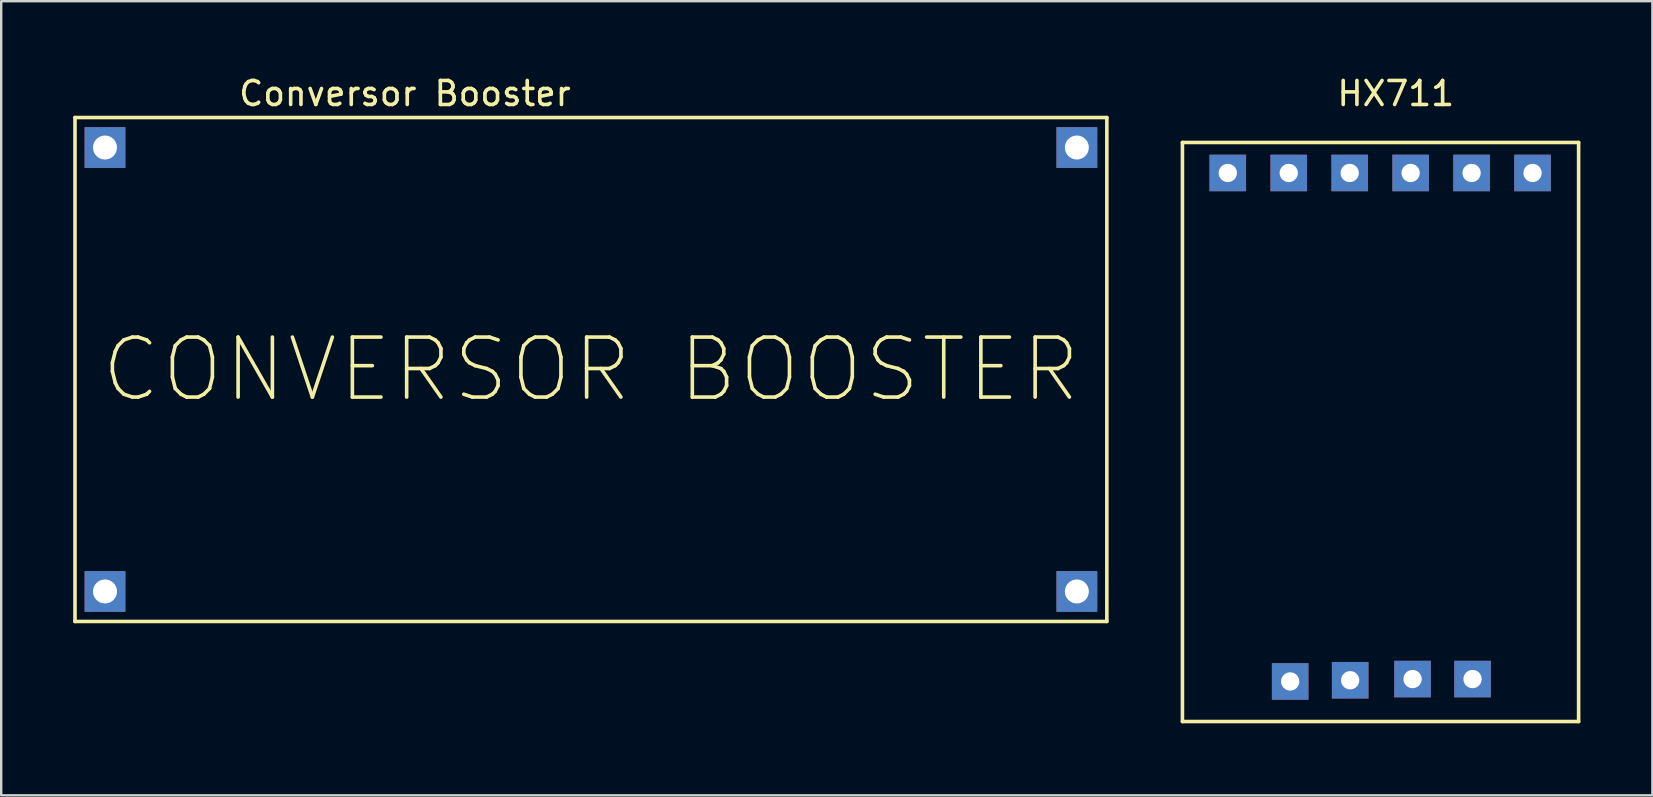
<source format=kicad_pcb>
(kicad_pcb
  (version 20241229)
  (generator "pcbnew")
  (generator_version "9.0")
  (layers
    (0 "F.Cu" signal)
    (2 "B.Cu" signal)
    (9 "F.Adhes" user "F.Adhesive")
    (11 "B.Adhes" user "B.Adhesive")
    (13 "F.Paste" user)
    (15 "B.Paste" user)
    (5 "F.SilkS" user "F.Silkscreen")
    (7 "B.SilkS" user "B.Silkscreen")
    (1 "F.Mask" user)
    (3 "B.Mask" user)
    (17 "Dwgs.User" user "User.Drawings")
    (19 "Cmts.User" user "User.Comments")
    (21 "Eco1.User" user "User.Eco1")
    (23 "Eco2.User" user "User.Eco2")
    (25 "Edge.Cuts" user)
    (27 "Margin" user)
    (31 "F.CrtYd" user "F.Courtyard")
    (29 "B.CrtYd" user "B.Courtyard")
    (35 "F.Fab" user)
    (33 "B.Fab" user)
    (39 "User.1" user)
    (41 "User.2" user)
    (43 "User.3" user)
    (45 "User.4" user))
  (footprint "Conversor Booster"
    (layer "F.Cu")
    (at 13.825 0.348)
    (property "Reference" "Conversor Booster" (at 0 0.5 0) (layer "F.SilkS") (effects (font (size 1 1) (thickness 0.15))))
    (attr through_hole)
    (fp_line (start -13.75 1.5) (end 29.25 1.5) (stroke (width 0.15) (type solid)) (layer "F.SilkS"))
    (fp_line (start -13.75 22.5) (end -13.75 1.5) (stroke (width 0.15) (type solid)) (layer "F.SilkS"))
    (fp_line (start 29.25 1.5) (end 29.25 22.5) (stroke (width 0.15) (type solid)) (layer "F.SilkS"))
    (fp_line (start 29.25 22.5) (end -13.75 22.5) (stroke (width 0.15) (type solid)) (layer "F.SilkS"))
    (fp_text user "CONVERSOR BOOSTER" (at 7.75 12 0) (layer "F.SilkS") (effects (font (size 2.5 2.5) (thickness 0.15))))
    (pad "1" thru_hole rect (at -12.5 2.75) (size 1.7 1.7) (drill 1) (layers "*.Cu" "B.Mask"))
    (pad "2" thru_hole rect (at -12.5 21.25) (size 1.7 1.7) (drill 1) (layers "*.Cu" "*.Mask"))
    (pad "3" thru_hole rect (at 28 21.25) (size 1.7 1.7) (drill 1) (layers "*.Cu" "*.Mask"))
    (pad "4" thru_hole rect (at 28 2.75) (size 1.7 1.7) (drill 1) (layers "*.Cu" "*.Mask")))
  (footprint "HX711"
    (layer "F.Cu")
    (at 55.115 0.348)
    (property "Reference" "HX711" (at 0 0.5 0) (layer "F.SilkS") (effects (font (size 1 1) (thickness 0.15))))
    (attr through_hole)
    (fp_line (start -8.89 2.54) (end -8.89 26.67) (stroke (width 0.15) (type solid)) (layer "F.SilkS"))
    (fp_line (start -8.89 2.54) (end 7.62 2.54) (stroke (width 0.15) (type solid)) (layer "F.SilkS"))
    (fp_line (start -8.89 26.67) (end 7.62 26.67) (stroke (width 0.15) (type solid)) (layer "F.SilkS"))
    (fp_line (start 7.62 26.67) (end 7.62 2.54) (stroke (width 0.15) (type solid)) (layer "F.SilkS"))
    (pad "1" thru_hole rect (at 5.7 3.81) (size 1.524 1.524) (drill 0.762) (layers "*.Cu" "*.Mask"))
    (pad "2" thru_hole rect (at 3.16 3.81) (size 1.524 1.524) (drill 0.762) (layers "*.Cu" "*.Mask"))
    (pad "3" thru_hole rect (at 0.62 3.81) (size 1.524 1.524) (drill 0.762) (layers "*.Cu" "*.Mask"))
    (pad "4" thru_hole rect (at -1.92 3.81) (size 1.524 1.524) (drill 0.762) (layers "*.Cu" "*.Mask"))
    (pad "5" thru_hole rect (at -4.46 3.81) (size 1.524 1.524) (drill 0.762) (layers "*.Cu" "*.Mask"))
    (pad "6" thru_hole rect (at -7 3.81) (size 1.524 1.524) (drill 0.762) (layers "*.Cu" "*.Mask"))
    (pad "7" thru_hole rect (at -4.4 25) (size 1.524 1.524) (drill 0.762) (layers "*.Cu" "*.Mask"))
    (pad "8" thru_hole rect (at -1.9 24.95) (size 1.524 1.524) (drill 0.762) (layers "*.Cu" "*.Mask"))
    (pad "9" thru_hole rect (at 0.7 24.9) (size 1.524 1.524) (drill 0.762) (layers "*.Cu" "*.Mask"))
    (pad "10" thru_hole rect (at 3.2 24.9) (size 1.524 1.524) (drill 0.762) (layers "*.Cu" "*.Mask")))
  (gr_rect
    (start -3 -3)
    (end 65.81 30.093)
    (stroke (width 0.1) (type default))
    (fill no)
    (layer "Edge.Cuts")))
</source>
